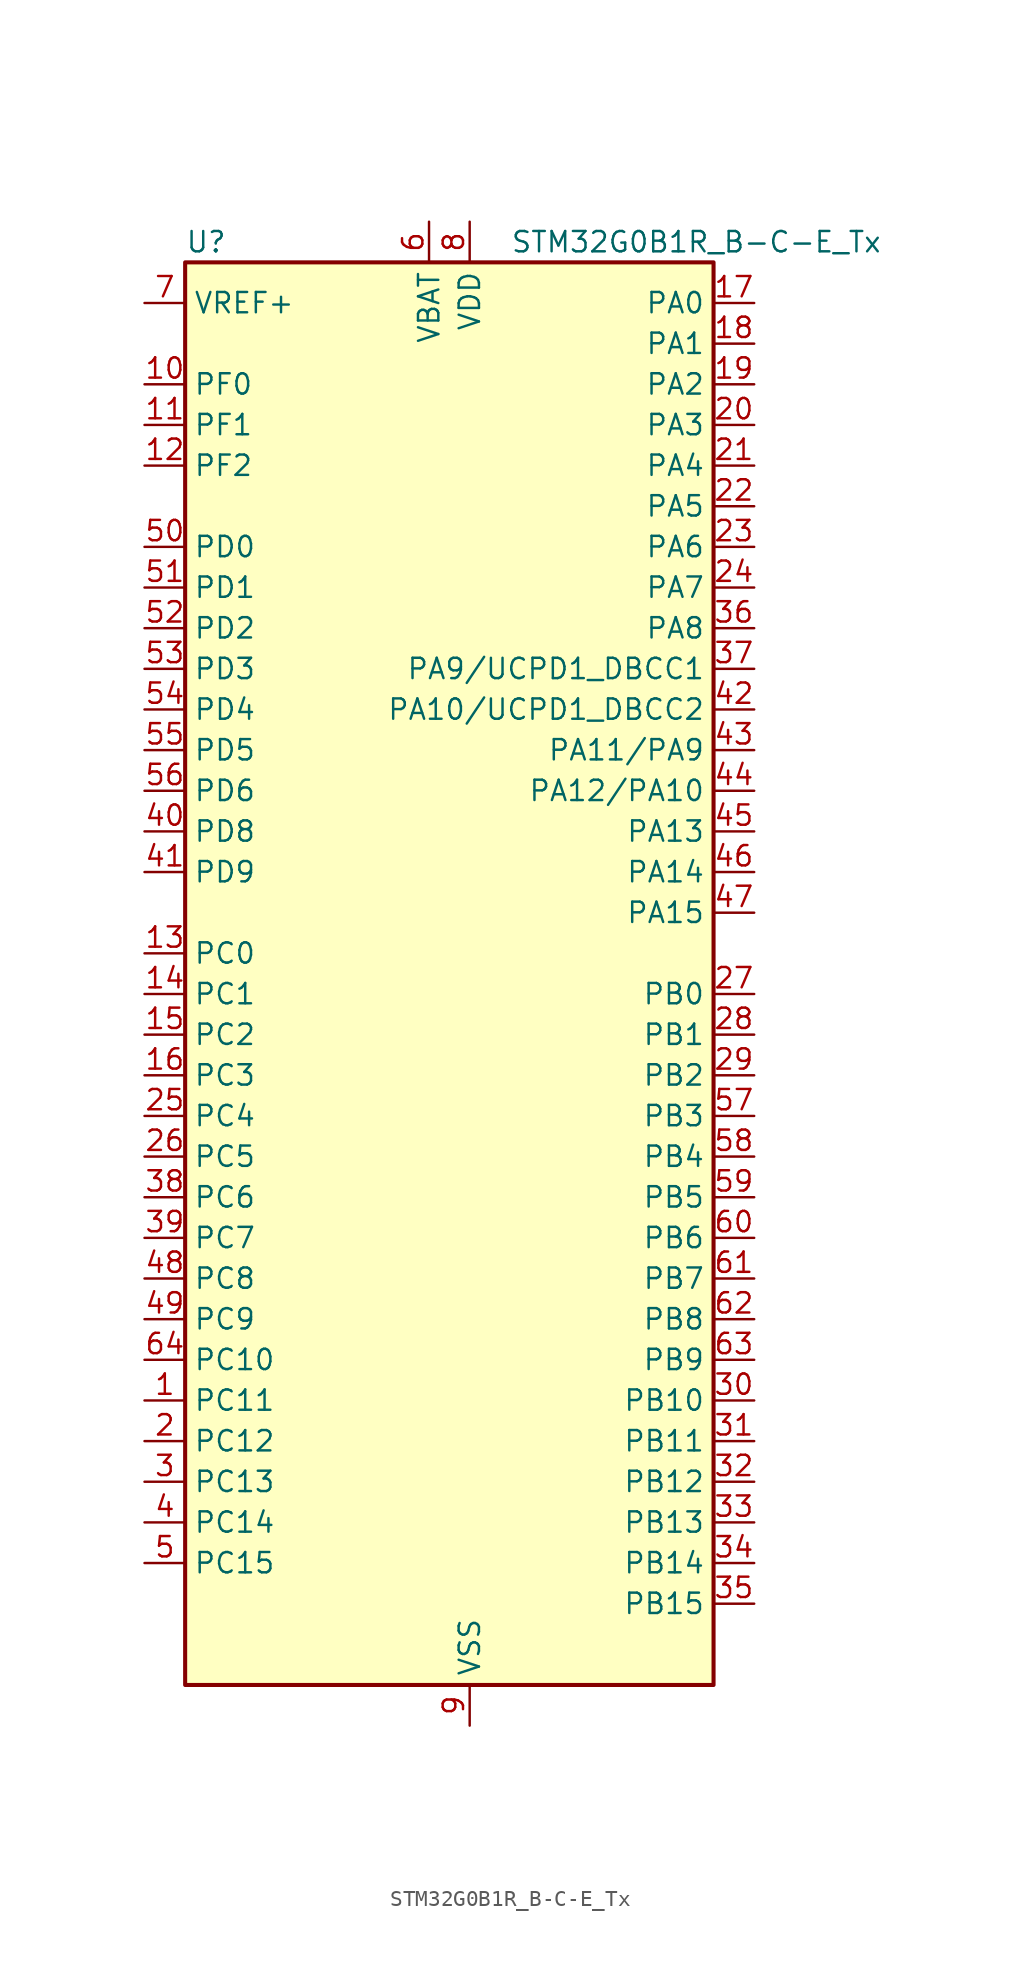
<source format=kicad_sym>
(kicad_symbol_lib
  (version 20220914)
  (generator kicad_symbol_editor)
  (symbol "STM32G0B1R_B-C-E_Tx"
    (property "Reference" "U"
      (at -15.24 46.99 0)
      (effects (font (size 1.27 1.27)) (justify left)))
    (property "Value" "STM32G0B1R_B-C-E_Tx"
      (at 5.08 46.99 0)
      (effects (font (size 1.27 1.27)) (justify left)))
    (property "ki_locked" ""
      (at 0 0 0)
      (effects (font (size 1.27 1.27))))
    (symbol "STM32G0B1R_B-C-E_Tx_0_1"
      (rectangle (start -15.24 -43.18) (end 17.78 45.72) (stroke (width 0.254) (type default)) (fill (type background))))
    (symbol "STM32G0B1R_B-C-E_Tx_1_1"
      (pin bidirectional line (at -17.78 -25.4 0) (length 2.54) (name "PC11" (effects (font (size 1.27 1.27)))) (number "1" (effects (font (size 1.27 1.27)))) (alternate "ADC1_EXTI11" bidirectional line) (alternate "SPI3_MISO" bidirectional line) (alternate "TIM1_CH4" bidirectional line) (alternate "USART3_RX" bidirectional line) (alternate "USART4_RX" bidirectional line))
      (pin bidirectional line (at -17.78 38.1 0) (length 2.54) (name "PF0" (effects (font (size 1.27 1.27)))) (number "10" (effects (font (size 1.27 1.27)))) (alternate "CRS1_SYNC" bidirectional line) (alternate "RCC_OSC_IN" bidirectional line) (alternate "TIM14_CH1" bidirectional line))
      (pin bidirectional line (at -17.78 35.56 0) (length 2.54) (name "PF1" (effects (font (size 1.27 1.27)))) (number "11" (effects (font (size 1.27 1.27)))) (alternate "RCC_OSC_EN" bidirectional line) (alternate "RCC_OSC_OUT" bidirectional line) (alternate "TIM15_CH1N" bidirectional line))
      (pin bidirectional line (at -17.78 33.02 0) (length 2.54) (name "PF2" (effects (font (size 1.27 1.27)))) (number "12" (effects (font (size 1.27 1.27)))) (alternate "LPUART2_DE" bidirectional line) (alternate "LPUART2_RTS" bidirectional line) (alternate "LPUART2_TX" bidirectional line) (alternate "RCC_MCO" bidirectional line))
      (pin bidirectional line (at -17.78 2.54 0) (length 2.54) (name "PC0" (effects (font (size 1.27 1.27)))) (number "13" (effects (font (size 1.27 1.27)))) (alternate "COMP3_INM" bidirectional line) (alternate "COMP3_OUT" bidirectional line) (alternate "I2C3_SCL" bidirectional line) (alternate "LPTIM1_IN1" bidirectional line) (alternate "LPTIM2_IN1" bidirectional line) (alternate "LPUART1_RX" bidirectional line) (alternate "LPUART2_TX" bidirectional line) (alternate "USART6_TX" bidirectional line))
      (pin bidirectional line (at -17.78 0 0) (length 2.54) (name "PC1" (effects (font (size 1.27 1.27)))) (number "14" (effects (font (size 1.27 1.27)))) (alternate "COMP3_INP" bidirectional line) (alternate "I2C3_SDA" bidirectional line) (alternate "LPTIM1_OUT" bidirectional line) (alternate "LPUART1_TX" bidirectional line) (alternate "LPUART2_RX" bidirectional line) (alternate "TIM15_CH1" bidirectional line) (alternate "USART6_RX" bidirectional line))
      (pin bidirectional line (at -17.78 -2.54 0) (length 2.54) (name "PC2" (effects (font (size 1.27 1.27)))) (number "15" (effects (font (size 1.27 1.27)))) (alternate "COMP3_OUT" bidirectional line) (alternate "FDCAN2_RX" bidirectional line) (alternate "I2S2_MCK" bidirectional line) (alternate "LPTIM1_IN2" bidirectional line) (alternate "SPI2_MISO" bidirectional line) (alternate "TIM15_CH2" bidirectional line))
      (pin bidirectional line (at -17.78 -5.08 0) (length 2.54) (name "PC3" (effects (font (size 1.27 1.27)))) (number "16" (effects (font (size 1.27 1.27)))) (alternate "FDCAN2_TX" bidirectional line) (alternate "I2S2_SD" bidirectional line) (alternate "LPTIM1_ETR" bidirectional line) (alternate "LPTIM2_ETR" bidirectional line) (alternate "SPI2_MOSI" bidirectional line))
      (pin bidirectional line (at 20.32 43.18 180) (length 2.54) (name "PA0" (effects (font (size 1.27 1.27)))) (number "17" (effects (font (size 1.27 1.27)))) (alternate "ADC1_IN0" bidirectional line) (alternate "COMP1_INM" bidirectional line) (alternate "COMP1_OUT" bidirectional line) (alternate "I2S2_CK" bidirectional line) (alternate "LPTIM1_OUT" bidirectional line) (alternate "RTC_TAMP_IN2" bidirectional line) (alternate "SPI2_SCK" bidirectional line) (alternate "SYS_WKUP1" bidirectional line) (alternate "TIM2_CH1" bidirectional line) (alternate "TIM2_ETR" bidirectional line) (alternate "UCPD2_FRSTX1" bidirectional line) (alternate "UCPD2_FRSTX2" bidirectional line) (alternate "USART2_CTS" bidirectional line) (alternate "USART2_NSS" bidirectional line) (alternate "USART4_TX" bidirectional line))
      (pin bidirectional line (at 20.32 40.64 180) (length 2.54) (name "PA1" (effects (font (size 1.27 1.27)))) (number "18" (effects (font (size 1.27 1.27)))) (alternate "ADC1_IN1" bidirectional line) (alternate "COMP1_INP" bidirectional line) (alternate "I2C1_SMBA" bidirectional line) (alternate "I2S1_CK" bidirectional line) (alternate "SPI1_SCK" bidirectional line) (alternate "TIM15_CH1N" bidirectional line) (alternate "TIM2_CH2" bidirectional line) (alternate "USART2_CK" bidirectional line) (alternate "USART2_DE" bidirectional line) (alternate "USART2_RTS" bidirectional line) (alternate "USART4_RX" bidirectional line))
      (pin bidirectional line (at 20.32 38.1 180) (length 2.54) (name "PA2" (effects (font (size 1.27 1.27)))) (number "19" (effects (font (size 1.27 1.27)))) (alternate "ADC1_IN2" bidirectional line) (alternate "COMP2_INM" bidirectional line) (alternate "COMP2_OUT" bidirectional line) (alternate "I2S1_SD" bidirectional line) (alternate "LPUART1_TX" bidirectional line) (alternate "RCC_LSCO" bidirectional line) (alternate "SPI1_MOSI" bidirectional line) (alternate "SYS_WKUP4" bidirectional line) (alternate "TIM15_CH1" bidirectional line) (alternate "TIM2_CH3" bidirectional line) (alternate "UCPD1_FRSTX1" bidirectional line) (alternate "UCPD1_FRSTX2" bidirectional line) (alternate "USART2_TX" bidirectional line))
      (pin bidirectional line (at -17.78 -27.94 0) (length 2.54) (name "PC12" (effects (font (size 1.27 1.27)))) (number "2" (effects (font (size 1.27 1.27)))) (alternate "LPTIM1_IN1" bidirectional line) (alternate "SPI3_MOSI" bidirectional line) (alternate "TIM14_CH1" bidirectional line) (alternate "UCPD1_FRSTX1" bidirectional line) (alternate "UCPD1_FRSTX2" bidirectional line) (alternate "USART5_TX" bidirectional line))
      (pin bidirectional line (at 20.32 35.56 180) (length 2.54) (name "PA3" (effects (font (size 1.27 1.27)))) (number "20" (effects (font (size 1.27 1.27)))) (alternate "ADC1_IN3" bidirectional line) (alternate "COMP2_INP" bidirectional line) (alternate "I2S2_MCK" bidirectional line) (alternate "LPUART1_RX" bidirectional line) (alternate "SPI2_MISO" bidirectional line) (alternate "TIM15_CH2" bidirectional line) (alternate "TIM2_CH4" bidirectional line) (alternate "UCPD2_FRSTX1" bidirectional line) (alternate "UCPD2_FRSTX2" bidirectional line) (alternate "USART2_RX" bidirectional line))
      (pin bidirectional line (at 20.32 33.02 180) (length 2.54) (name "PA4" (effects (font (size 1.27 1.27)))) (number "21" (effects (font (size 1.27 1.27)))) (alternate "ADC1_IN4" bidirectional line) (alternate "DAC1_OUT1" bidirectional line) (alternate "I2S1_WS" bidirectional line) (alternate "I2S2_SD" bidirectional line) (alternate "LPTIM2_OUT" bidirectional line) (alternate "RTC_OUT2" bidirectional line) (alternate "SPI1_NSS" bidirectional line) (alternate "SPI2_MOSI" bidirectional line) (alternate "SPI3_NSS" bidirectional line) (alternate "TIM14_CH1" bidirectional line) (alternate "UCPD2_FRSTX1" bidirectional line) (alternate "UCPD2_FRSTX2" bidirectional line) (alternate "USART6_TX" bidirectional line) (alternate "USB_NOE" bidirectional line))
      (pin bidirectional line (at 20.32 30.48 180) (length 2.54) (name "PA5" (effects (font (size 1.27 1.27)))) (number "22" (effects (font (size 1.27 1.27)))) (alternate "ADC1_IN5" bidirectional line) (alternate "CEC" bidirectional line) (alternate "DAC1_OUT2" bidirectional line) (alternate "I2S1_CK" bidirectional line) (alternate "LPTIM2_ETR" bidirectional line) (alternate "SPI1_SCK" bidirectional line) (alternate "TIM2_CH1" bidirectional line) (alternate "TIM2_ETR" bidirectional line) (alternate "UCPD1_FRSTX1" bidirectional line) (alternate "UCPD1_FRSTX2" bidirectional line) (alternate "USART3_TX" bidirectional line) (alternate "USART6_RX" bidirectional line))
      (pin bidirectional line (at 20.32 27.94 180) (length 2.54) (name "PA6" (effects (font (size 1.27 1.27)))) (number "23" (effects (font (size 1.27 1.27)))) (alternate "ADC1_IN6" bidirectional line) (alternate "COMP1_OUT" bidirectional line) (alternate "I2C2_SDA" bidirectional line) (alternate "I2C3_SDA" bidirectional line) (alternate "I2S1_MCK" bidirectional line) (alternate "LPUART1_CTS" bidirectional line) (alternate "SPI1_MISO" bidirectional line) (alternate "TIM16_CH1" bidirectional line) (alternate "TIM1_BK" bidirectional line) (alternate "TIM3_CH1" bidirectional line) (alternate "USART3_CTS" bidirectional line) (alternate "USART3_NSS" bidirectional line) (alternate "USART6_CTS" bidirectional line) (alternate "USART6_NSS" bidirectional line))
      (pin bidirectional line (at 20.32 25.4 180) (length 2.54) (name "PA7" (effects (font (size 1.27 1.27)))) (number "24" (effects (font (size 1.27 1.27)))) (alternate "ADC1_IN7" bidirectional line) (alternate "COMP2_OUT" bidirectional line) (alternate "I2C2_SCL" bidirectional line) (alternate "I2C3_SCL" bidirectional line) (alternate "I2S1_SD" bidirectional line) (alternate "SPI1_MOSI" bidirectional line) (alternate "TIM14_CH1" bidirectional line) (alternate "TIM17_CH1" bidirectional line) (alternate "TIM1_CH1N" bidirectional line) (alternate "TIM3_CH2" bidirectional line) (alternate "UCPD1_FRSTX1" bidirectional line) (alternate "UCPD1_FRSTX2" bidirectional line) (alternate "USART6_CK" bidirectional line) (alternate "USART6_DE" bidirectional line) (alternate "USART6_RTS" bidirectional line))
      (pin bidirectional line (at -17.78 -7.62 0) (length 2.54) (name "PC4" (effects (font (size 1.27 1.27)))) (number "25" (effects (font (size 1.27 1.27)))) (alternate "ADC1_IN17" bidirectional line) (alternate "COMP1_INM" bidirectional line) (alternate "FDCAN1_RX" bidirectional line) (alternate "TIM2_CH1" bidirectional line) (alternate "TIM2_ETR" bidirectional line) (alternate "USART1_TX" bidirectional line) (alternate "USART3_TX" bidirectional line))
      (pin bidirectional line (at -17.78 -10.16 0) (length 2.54) (name "PC5" (effects (font (size 1.27 1.27)))) (number "26" (effects (font (size 1.27 1.27)))) (alternate "ADC1_IN18" bidirectional line) (alternate "COMP1_INP" bidirectional line) (alternate "FDCAN1_TX" bidirectional line) (alternate "SYS_WKUP5" bidirectional line) (alternate "TIM2_CH2" bidirectional line) (alternate "USART1_RX" bidirectional line) (alternate "USART3_RX" bidirectional line))
      (pin bidirectional line (at 20.32 0 180) (length 2.54) (name "PB0" (effects (font (size 1.27 1.27)))) (number "27" (effects (font (size 1.27 1.27)))) (alternate "ADC1_IN8" bidirectional line) (alternate "COMP1_OUT" bidirectional line) (alternate "COMP3_INP" bidirectional line) (alternate "FDCAN2_RX" bidirectional line) (alternate "I2S1_WS" bidirectional line) (alternate "LPTIM1_OUT" bidirectional line) (alternate "LPUART2_CTS" bidirectional line) (alternate "SPI1_NSS" bidirectional line) (alternate "TIM1_CH2N" bidirectional line) (alternate "TIM3_CH3" bidirectional line) (alternate "UCPD1_FRSTX1" bidirectional line) (alternate "UCPD1_FRSTX2" bidirectional line) (alternate "USART3_RX" bidirectional line) (alternate "USART5_TX" bidirectional line))
      (pin bidirectional line (at 20.32 -2.54 180) (length 2.54) (name "PB1" (effects (font (size 1.27 1.27)))) (number "28" (effects (font (size 1.27 1.27)))) (alternate "ADC1_IN9" bidirectional line) (alternate "COMP1_INM" bidirectional line) (alternate "COMP3_OUT" bidirectional line) (alternate "FDCAN2_TX" bidirectional line) (alternate "LPTIM2_IN1" bidirectional line) (alternate "LPUART1_DE" bidirectional line) (alternate "LPUART1_RTS" bidirectional line) (alternate "LPUART2_DE" bidirectional line) (alternate "LPUART2_RTS" bidirectional line) (alternate "TIM14_CH1" bidirectional line) (alternate "TIM1_CH3N" bidirectional line) (alternate "TIM3_CH4" bidirectional line) (alternate "USART3_CK" bidirectional line) (alternate "USART3_DE" bidirectional line) (alternate "USART3_RTS" bidirectional line) (alternate "USART5_RX" bidirectional line))
      (pin bidirectional line (at 20.32 -5.08 180) (length 2.54) (name "PB2" (effects (font (size 1.27 1.27)))) (number "29" (effects (font (size 1.27 1.27)))) (alternate "ADC1_IN10" bidirectional line) (alternate "COMP1_INP" bidirectional line) (alternate "COMP3_INM" bidirectional line) (alternate "I2S2_MCK" bidirectional line) (alternate "LPTIM1_OUT" bidirectional line) (alternate "RCC_MCO_2" bidirectional line) (alternate "SPI2_MISO" bidirectional line) (alternate "USART3_TX" bidirectional line))
      (pin bidirectional line (at -17.78 -30.48 0) (length 2.54) (name "PC13" (effects (font (size 1.27 1.27)))) (number "3" (effects (font (size 1.27 1.27)))) (alternate "RTC_OUT1" bidirectional line) (alternate "RTC_TAMP_IN1" bidirectional line) (alternate "RTC_TS" bidirectional line) (alternate "SYS_WKUP2" bidirectional line) (alternate "TIM1_BK" bidirectional line))
      (pin bidirectional line (at 20.32 -25.4 180) (length 2.54) (name "PB10" (effects (font (size 1.27 1.27)))) (number "30" (effects (font (size 1.27 1.27)))) (alternate "ADC1_IN11" bidirectional line) (alternate "CEC" bidirectional line) (alternate "COMP1_OUT" bidirectional line) (alternate "I2C2_SCL" bidirectional line) (alternate "I2S2_CK" bidirectional line) (alternate "LPUART1_RX" bidirectional line) (alternate "SPI2_SCK" bidirectional line) (alternate "TIM2_CH3" bidirectional line) (alternate "USART3_TX" bidirectional line))
      (pin bidirectional line (at 20.32 -27.94 180) (length 2.54) (name "PB11" (effects (font (size 1.27 1.27)))) (number "31" (effects (font (size 1.27 1.27)))) (alternate "ADC1_EXTI11" bidirectional line) (alternate "ADC1_IN15" bidirectional line) (alternate "COMP2_OUT" bidirectional line) (alternate "I2C2_SDA" bidirectional line) (alternate "I2S2_SD" bidirectional line) (alternate "LPUART1_TX" bidirectional line) (alternate "SPI2_MOSI" bidirectional line) (alternate "TIM2_CH4" bidirectional line) (alternate "USART3_RX" bidirectional line))
      (pin bidirectional line (at 20.32 -30.48 180) (length 2.54) (name "PB12" (effects (font (size 1.27 1.27)))) (number "32" (effects (font (size 1.27 1.27)))) (alternate "ADC1_IN16" bidirectional line) (alternate "FDCAN2_RX" bidirectional line) (alternate "I2C2_SMBA" bidirectional line) (alternate "I2S2_WS" bidirectional line) (alternate "LPUART1_DE" bidirectional line) (alternate "LPUART1_RTS" bidirectional line) (alternate "SPI2_NSS" bidirectional line) (alternate "TIM15_BK" bidirectional line) (alternate "TIM1_BK" bidirectional line) (alternate "UCPD2_FRSTX1" bidirectional line) (alternate "UCPD2_FRSTX2" bidirectional line))
      (pin bidirectional line (at 20.32 -33.02 180) (length 2.54) (name "PB13" (effects (font (size 1.27 1.27)))) (number "33" (effects (font (size 1.27 1.27)))) (alternate "FDCAN2_TX" bidirectional line) (alternate "I2C2_SCL" bidirectional line) (alternate "I2S2_CK" bidirectional line) (alternate "LPUART1_CTS" bidirectional line) (alternate "SPI2_SCK" bidirectional line) (alternate "TIM15_CH1N" bidirectional line) (alternate "TIM1_CH1N" bidirectional line) (alternate "USART3_CTS" bidirectional line) (alternate "USART3_NSS" bidirectional line))
      (pin bidirectional line (at 20.32 -35.56 180) (length 2.54) (name "PB14" (effects (font (size 1.27 1.27)))) (number "34" (effects (font (size 1.27 1.27)))) (alternate "I2C2_SDA" bidirectional line) (alternate "I2S2_MCK" bidirectional line) (alternate "SPI2_MISO" bidirectional line) (alternate "TIM15_CH1" bidirectional line) (alternate "TIM1_CH2N" bidirectional line) (alternate "UCPD1_FRSTX1" bidirectional line) (alternate "UCPD1_FRSTX2" bidirectional line) (alternate "USART3_CK" bidirectional line) (alternate "USART3_DE" bidirectional line) (alternate "USART3_RTS" bidirectional line) (alternate "USART6_CK" bidirectional line) (alternate "USART6_DE" bidirectional line) (alternate "USART6_RTS" bidirectional line))
      (pin bidirectional line (at 20.32 -38.1 180) (length 2.54) (name "PB15" (effects (font (size 1.27 1.27)))) (number "35" (effects (font (size 1.27 1.27)))) (alternate "I2S2_SD" bidirectional line) (alternate "RTC_REFIN" bidirectional line) (alternate "SPI2_MOSI" bidirectional line) (alternate "TIM15_CH1N" bidirectional line) (alternate "TIM15_CH2" bidirectional line) (alternate "TIM1_CH3N" bidirectional line) (alternate "UCPD1_CC2" bidirectional line) (alternate "USART6_CTS" bidirectional line) (alternate "USART6_NSS" bidirectional line))
      (pin bidirectional line (at 20.32 22.86 180) (length 2.54) (name "PA8" (effects (font (size 1.27 1.27)))) (number "36" (effects (font (size 1.27 1.27)))) (alternate "CRS1_SYNC" bidirectional line) (alternate "I2C2_SMBA" bidirectional line) (alternate "I2S2_WS" bidirectional line) (alternate "LPTIM2_OUT" bidirectional line) (alternate "RCC_MCO" bidirectional line) (alternate "SPI2_NSS" bidirectional line) (alternate "TIM1_CH1" bidirectional line) (alternate "UCPD1_CC1" bidirectional line))
      (pin bidirectional line (at 20.32 20.32 180) (length 2.54) (name "PA9/UCPD1_DBCC1" (effects (font (size 1.27 1.27)))) (number "37" (effects (font (size 1.27 1.27)))) (alternate "DAC1_EXTI9" bidirectional line) (alternate "I2C1_SCL" bidirectional line) (alternate "I2C2_SCL" bidirectional line) (alternate "I2S2_MCK" bidirectional line) (alternate "RCC_MCO" bidirectional line) (alternate "SPI2_MISO" bidirectional line) (alternate "TIM15_BK" bidirectional line) (alternate "TIM1_CH2" bidirectional line) (alternate "UCPD1_DBCC1" bidirectional line) (alternate "USART1_TX" bidirectional line))
      (pin bidirectional line (at -17.78 -12.7 0) (length 2.54) (name "PC6" (effects (font (size 1.27 1.27)))) (number "38" (effects (font (size 1.27 1.27)))) (alternate "LPUART2_TX" bidirectional line) (alternate "TIM2_CH3" bidirectional line) (alternate "TIM3_CH1" bidirectional line) (alternate "UCPD1_FRSTX1" bidirectional line) (alternate "UCPD1_FRSTX2" bidirectional line))
      (pin bidirectional line (at -17.78 -15.24 0) (length 2.54) (name "PC7" (effects (font (size 1.27 1.27)))) (number "39" (effects (font (size 1.27 1.27)))) (alternate "LPUART2_RX" bidirectional line) (alternate "TIM2_CH4" bidirectional line) (alternate "TIM3_CH2" bidirectional line) (alternate "UCPD2_FRSTX1" bidirectional line) (alternate "UCPD2_FRSTX2" bidirectional line))
      (pin bidirectional line (at -17.78 -33.02 0) (length 2.54) (name "PC14" (effects (font (size 1.27 1.27)))) (number "4" (effects (font (size 1.27 1.27)))) (alternate "RCC_OSC32_IN" bidirectional line) (alternate "TIM1_BK2" bidirectional line))
      (pin bidirectional line (at -17.78 10.16 0) (length 2.54) (name "PD8" (effects (font (size 1.27 1.27)))) (number "40" (effects (font (size 1.27 1.27)))) (alternate "I2S1_CK" bidirectional line) (alternate "LPTIM1_OUT" bidirectional line) (alternate "SPI1_SCK" bidirectional line) (alternate "USART3_TX" bidirectional line))
      (pin bidirectional line (at -17.78 7.62 0) (length 2.54) (name "PD9" (effects (font (size 1.27 1.27)))) (number "41" (effects (font (size 1.27 1.27)))) (alternate "DAC1_EXTI9" bidirectional line) (alternate "I2S1_WS" bidirectional line) (alternate "SPI1_NSS" bidirectional line) (alternate "TIM1_BK2" bidirectional line) (alternate "USART3_RX" bidirectional line))
      (pin bidirectional line (at 20.32 17.78 180) (length 2.54) (name "PA10/UCPD1_DBCC2" (effects (font (size 1.27 1.27)))) (number "42" (effects (font (size 1.27 1.27)))) (alternate "I2C1_SDA" bidirectional line) (alternate "I2C2_SDA" bidirectional line) (alternate "I2S2_SD" bidirectional line) (alternate "RCC_MCO_2" bidirectional line) (alternate "SPI2_MOSI" bidirectional line) (alternate "TIM17_BK" bidirectional line) (alternate "TIM1_CH3" bidirectional line) (alternate "UCPD1_DBCC2" bidirectional line) (alternate "USART1_RX" bidirectional line))
      (pin bidirectional line (at 20.32 15.24 180) (length 2.54) (name "PA11/PA9" (effects (font (size 1.27 1.27)))) (number "43" (effects (font (size 1.27 1.27)))) (alternate "ADC1_EXTI11" bidirectional line) (alternate "COMP1_OUT" bidirectional line) (alternate "FDCAN1_RX" bidirectional line) (alternate "I2C2_SCL" bidirectional line) (alternate "I2S1_MCK" bidirectional line) (alternate "SPI1_MISO" bidirectional line) (alternate "TIM1_BK2" bidirectional line) (alternate "TIM1_CH4" bidirectional line) (alternate "USART1_CTS" bidirectional line) (alternate "USART1_NSS" bidirectional line) (alternate "USB_DM" bidirectional line))
      (pin bidirectional line (at 20.32 12.7 180) (length 2.54) (name "PA12/PA10" (effects (font (size 1.27 1.27)))) (number "44" (effects (font (size 1.27 1.27)))) (alternate "COMP2_OUT" bidirectional line) (alternate "FDCAN1_TX" bidirectional line) (alternate "I2C2_SDA" bidirectional line) (alternate "I2S1_SD" bidirectional line) (alternate "I2S_CKIN" bidirectional line) (alternate "SPI1_MOSI" bidirectional line) (alternate "TIM1_ETR" bidirectional line) (alternate "USART1_CK" bidirectional line) (alternate "USART1_DE" bidirectional line) (alternate "USART1_RTS" bidirectional line) (alternate "USB_DP" bidirectional line))
      (pin bidirectional line (at 20.32 10.16 180) (length 2.54) (name "PA13" (effects (font (size 1.27 1.27)))) (number "45" (effects (font (size 1.27 1.27)))) (alternate "IR_OUT" bidirectional line) (alternate "LPUART2_RX" bidirectional line) (alternate "SYS_SWDIO" bidirectional line) (alternate "USB_NOE" bidirectional line))
      (pin bidirectional line (at 20.32 7.62 180) (length 2.54) (name "PA14" (effects (font (size 1.27 1.27)))) (number "46" (effects (font (size 1.27 1.27)))) (alternate "LPUART2_TX" bidirectional line) (alternate "SYS_SWCLK" bidirectional line) (alternate "USART2_TX" bidirectional line))
      (pin bidirectional line (at 20.32 5.08 180) (length 2.54) (name "PA15" (effects (font (size 1.27 1.27)))) (number "47" (effects (font (size 1.27 1.27)))) (alternate "I2C2_SMBA" bidirectional line) (alternate "I2S1_WS" bidirectional line) (alternate "RCC_MCO_2" bidirectional line) (alternate "SPI1_NSS" bidirectional line) (alternate "SPI3_NSS" bidirectional line) (alternate "TIM2_CH1" bidirectional line) (alternate "TIM2_ETR" bidirectional line) (alternate "USART2_RX" bidirectional line) (alternate "USART3_CK" bidirectional line) (alternate "USART3_DE" bidirectional line) (alternate "USART3_RTS" bidirectional line) (alternate "USART4_CK" bidirectional line) (alternate "USART4_DE" bidirectional line) (alternate "USART4_RTS" bidirectional line) (alternate "USB_NOE" bidirectional line))
      (pin bidirectional line (at -17.78 -17.78 0) (length 2.54) (name "PC8" (effects (font (size 1.27 1.27)))) (number "48" (effects (font (size 1.27 1.27)))) (alternate "LPUART2_CTS" bidirectional line) (alternate "TIM1_CH1" bidirectional line) (alternate "TIM3_CH3" bidirectional line) (alternate "UCPD2_FRSTX1" bidirectional line) (alternate "UCPD2_FRSTX2" bidirectional line))
      (pin bidirectional line (at -17.78 -20.32 0) (length 2.54) (name "PC9" (effects (font (size 1.27 1.27)))) (number "49" (effects (font (size 1.27 1.27)))) (alternate "DAC1_EXTI9" bidirectional line) (alternate "I2S_CKIN" bidirectional line) (alternate "LPUART2_DE" bidirectional line) (alternate "LPUART2_RTS" bidirectional line) (alternate "TIM1_CH2" bidirectional line) (alternate "TIM3_CH4" bidirectional line) (alternate "USB_NOE" bidirectional line))
      (pin bidirectional line (at -17.78 -35.56 0) (length 2.54) (name "PC15" (effects (font (size 1.27 1.27)))) (number "5" (effects (font (size 1.27 1.27)))) (alternate "RCC_OSC32_EN" bidirectional line) (alternate "RCC_OSC32_OUT" bidirectional line) (alternate "RCC_OSC_EN" bidirectional line) (alternate "TIM15_BK" bidirectional line))
      (pin bidirectional line (at -17.78 27.94 0) (length 2.54) (name "PD0" (effects (font (size 1.27 1.27)))) (number "50" (effects (font (size 1.27 1.27)))) (alternate "FDCAN1_RX" bidirectional line) (alternate "I2S2_WS" bidirectional line) (alternate "SPI2_NSS" bidirectional line) (alternate "TIM16_CH1" bidirectional line) (alternate "UCPD2_CC1" bidirectional line))
      (pin bidirectional line (at -17.78 25.4 0) (length 2.54) (name "PD1" (effects (font (size 1.27 1.27)))) (number "51" (effects (font (size 1.27 1.27)))) (alternate "FDCAN1_TX" bidirectional line) (alternate "I2S2_CK" bidirectional line) (alternate "SPI2_SCK" bidirectional line) (alternate "TIM17_CH1" bidirectional line) (alternate "UCPD2_DBCC1" bidirectional line))
      (pin bidirectional line (at -17.78 22.86 0) (length 2.54) (name "PD2" (effects (font (size 1.27 1.27)))) (number "52" (effects (font (size 1.27 1.27)))) (alternate "TIM1_CH1N" bidirectional line) (alternate "TIM3_ETR" bidirectional line) (alternate "UCPD2_CC2" bidirectional line) (alternate "USART3_CK" bidirectional line) (alternate "USART3_DE" bidirectional line) (alternate "USART3_RTS" bidirectional line) (alternate "USART5_RX" bidirectional line))
      (pin bidirectional line (at -17.78 20.32 0) (length 2.54) (name "PD3" (effects (font (size 1.27 1.27)))) (number "53" (effects (font (size 1.27 1.27)))) (alternate "I2S2_MCK" bidirectional line) (alternate "SPI2_MISO" bidirectional line) (alternate "TIM1_CH2N" bidirectional line) (alternate "UCPD2_DBCC2" bidirectional line) (alternate "USART2_CTS" bidirectional line) (alternate "USART2_NSS" bidirectional line) (alternate "USART5_TX" bidirectional line))
      (pin bidirectional line (at -17.78 17.78 0) (length 2.54) (name "PD4" (effects (font (size 1.27 1.27)))) (number "54" (effects (font (size 1.27 1.27)))) (alternate "I2S2_SD" bidirectional line) (alternate "SPI2_MOSI" bidirectional line) (alternate "TIM1_CH3N" bidirectional line) (alternate "USART2_CK" bidirectional line) (alternate "USART2_DE" bidirectional line) (alternate "USART2_RTS" bidirectional line) (alternate "USART5_CK" bidirectional line) (alternate "USART5_DE" bidirectional line) (alternate "USART5_RTS" bidirectional line))
      (pin bidirectional line (at -17.78 15.24 0) (length 2.54) (name "PD5" (effects (font (size 1.27 1.27)))) (number "55" (effects (font (size 1.27 1.27)))) (alternate "I2S1_MCK" bidirectional line) (alternate "SPI1_MISO" bidirectional line) (alternate "TIM1_BK" bidirectional line) (alternate "USART2_TX" bidirectional line) (alternate "USART5_CTS" bidirectional line) (alternate "USART5_NSS" bidirectional line))
      (pin bidirectional line (at -17.78 12.7 0) (length 2.54) (name "PD6" (effects (font (size 1.27 1.27)))) (number "56" (effects (font (size 1.27 1.27)))) (alternate "I2S1_SD" bidirectional line) (alternate "LPTIM2_OUT" bidirectional line) (alternate "SPI1_MOSI" bidirectional line) (alternate "USART2_RX" bidirectional line))
      (pin bidirectional line (at 20.32 -7.62 180) (length 2.54) (name "PB3" (effects (font (size 1.27 1.27)))) (number "57" (effects (font (size 1.27 1.27)))) (alternate "COMP2_INM" bidirectional line) (alternate "I2C2_SCL" bidirectional line) (alternate "I2C3_SCL" bidirectional line) (alternate "I2S1_CK" bidirectional line) (alternate "SPI1_SCK" bidirectional line) (alternate "SPI3_SCK" bidirectional line) (alternate "TIM1_CH2" bidirectional line) (alternate "TIM2_CH2" bidirectional line) (alternate "USART1_CK" bidirectional line) (alternate "USART1_DE" bidirectional line) (alternate "USART1_RTS" bidirectional line) (alternate "USART5_TX" bidirectional line))
      (pin bidirectional line (at 20.32 -10.16 180) (length 2.54) (name "PB4" (effects (font (size 1.27 1.27)))) (number "58" (effects (font (size 1.27 1.27)))) (alternate "COMP2_INP" bidirectional line) (alternate "I2C2_SDA" bidirectional line) (alternate "I2C3_SDA" bidirectional line) (alternate "I2S1_MCK" bidirectional line) (alternate "SPI1_MISO" bidirectional line) (alternate "SPI3_MISO" bidirectional line) (alternate "TIM17_BK" bidirectional line) (alternate "TIM3_CH1" bidirectional line) (alternate "USART1_CTS" bidirectional line) (alternate "USART1_NSS" bidirectional line) (alternate "USART5_RX" bidirectional line))
      (pin bidirectional line (at 20.32 -12.7 180) (length 2.54) (name "PB5" (effects (font (size 1.27 1.27)))) (number "59" (effects (font (size 1.27 1.27)))) (alternate "COMP2_OUT" bidirectional line) (alternate "FDCAN2_RX" bidirectional line) (alternate "I2C1_SMBA" bidirectional line) (alternate "I2S1_SD" bidirectional line) (alternate "LPTIM1_IN1" bidirectional line) (alternate "SPI1_MOSI" bidirectional line) (alternate "SPI3_MOSI" bidirectional line) (alternate "SYS_WKUP6" bidirectional line) (alternate "TIM16_BK" bidirectional line) (alternate "TIM3_CH2" bidirectional line) (alternate "USART5_CK" bidirectional line) (alternate "USART5_DE" bidirectional line) (alternate "USART5_RTS" bidirectional line))
      (pin power_in line (at 0 48.26 270) (length 2.54) (name "VBAT" (effects (font (size 1.27 1.27)))) (number "6" (effects (font (size 1.27 1.27)))))
      (pin bidirectional line (at 20.32 -15.24 180) (length 2.54) (name "PB6" (effects (font (size 1.27 1.27)))) (number "60" (effects (font (size 1.27 1.27)))) (alternate "COMP2_INP" bidirectional line) (alternate "FDCAN2_TX" bidirectional line) (alternate "I2C1_SCL" bidirectional line) (alternate "I2S2_MCK" bidirectional line) (alternate "LPTIM1_ETR" bidirectional line) (alternate "LPUART2_TX" bidirectional line) (alternate "SPI2_MISO" bidirectional line) (alternate "TIM16_CH1N" bidirectional line) (alternate "TIM1_CH3" bidirectional line) (alternate "TIM4_CH1" bidirectional line) (alternate "USART1_TX" bidirectional line) (alternate "USART5_CTS" bidirectional line) (alternate "USART5_NSS" bidirectional line))
      (pin bidirectional line (at 20.32 -17.78 180) (length 2.54) (name "PB7" (effects (font (size 1.27 1.27)))) (number "61" (effects (font (size 1.27 1.27)))) (alternate "COMP2_INM" bidirectional line) (alternate "I2C1_SDA" bidirectional line) (alternate "I2S2_SD" bidirectional line) (alternate "LPTIM1_IN2" bidirectional line) (alternate "LPUART2_RX" bidirectional line) (alternate "SPI2_MOSI" bidirectional line) (alternate "SYS_PVD_IN" bidirectional line) (alternate "TIM17_CH1N" bidirectional line) (alternate "TIM4_CH2" bidirectional line) (alternate "USART1_RX" bidirectional line) (alternate "USART4_CTS" bidirectional line) (alternate "USART4_NSS" bidirectional line))
      (pin bidirectional line (at 20.32 -20.32 180) (length 2.54) (name "PB8" (effects (font (size 1.27 1.27)))) (number "62" (effects (font (size 1.27 1.27)))) (alternate "CEC" bidirectional line) (alternate "FDCAN1_RX" bidirectional line) (alternate "I2C1_SCL" bidirectional line) (alternate "I2S2_CK" bidirectional line) (alternate "SPI2_SCK" bidirectional line) (alternate "TIM15_BK" bidirectional line) (alternate "TIM16_CH1" bidirectional line) (alternate "TIM4_CH3" bidirectional line) (alternate "USART3_TX" bidirectional line) (alternate "USART6_TX" bidirectional line))
      (pin bidirectional line (at 20.32 -22.86 180) (length 2.54) (name "PB9" (effects (font (size 1.27 1.27)))) (number "63" (effects (font (size 1.27 1.27)))) (alternate "DAC1_EXTI9" bidirectional line) (alternate "FDCAN1_TX" bidirectional line) (alternate "I2C1_SDA" bidirectional line) (alternate "I2S2_WS" bidirectional line) (alternate "IR_OUT" bidirectional line) (alternate "SPI2_NSS" bidirectional line) (alternate "TIM17_CH1" bidirectional line) (alternate "TIM4_CH4" bidirectional line) (alternate "UCPD2_FRSTX1" bidirectional line) (alternate "UCPD2_FRSTX2" bidirectional line) (alternate "USART3_RX" bidirectional line) (alternate "USART6_RX" bidirectional line))
      (pin bidirectional line (at -17.78 -22.86 0) (length 2.54) (name "PC10" (effects (font (size 1.27 1.27)))) (number "64" (effects (font (size 1.27 1.27)))) (alternate "SPI3_SCK" bidirectional line) (alternate "TIM1_CH3" bidirectional line) (alternate "USART3_TX" bidirectional line) (alternate "USART4_TX" bidirectional line))
      (pin input line (at -17.78 43.18 0) (length 2.54) (name "VREF+" (effects (font (size 1.27 1.27)))) (number "7" (effects (font (size 1.27 1.27)))) (alternate "VREFBUF_OUT" bidirectional line))
      (pin power_in line (at 2.54 48.26 270) (length 2.54) (name "VDD" (effects (font (size 1.27 1.27)))) (number "8" (effects (font (size 1.27 1.27)))))
      (pin power_in line (at 2.54 -45.72 90) (length 2.54) (name "VSS" (effects (font (size 1.27 1.27)))) (number "9" (effects (font (size 1.27 1.27))))))))
</source>
